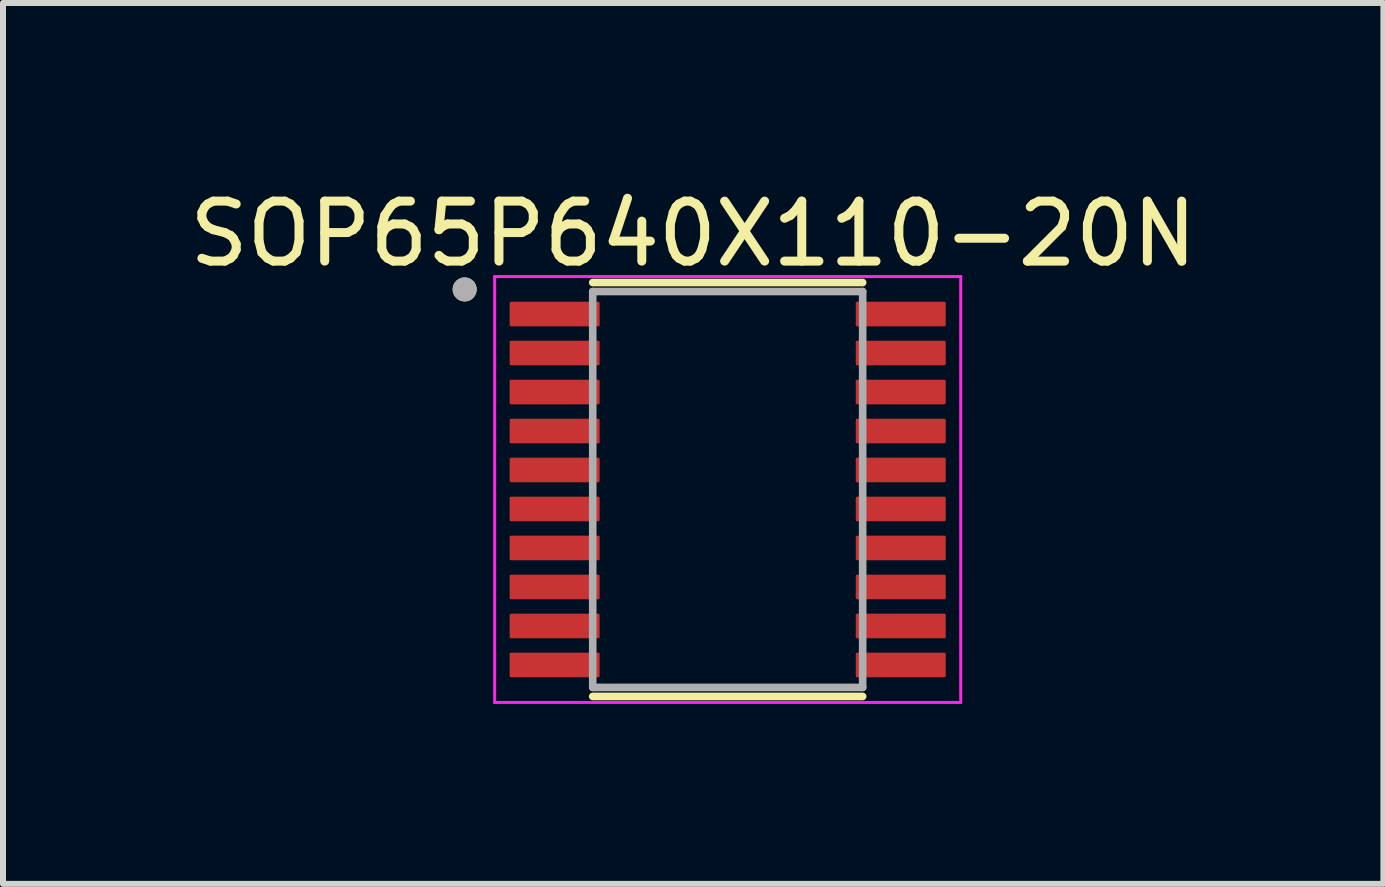
<source format=kicad_pcb>
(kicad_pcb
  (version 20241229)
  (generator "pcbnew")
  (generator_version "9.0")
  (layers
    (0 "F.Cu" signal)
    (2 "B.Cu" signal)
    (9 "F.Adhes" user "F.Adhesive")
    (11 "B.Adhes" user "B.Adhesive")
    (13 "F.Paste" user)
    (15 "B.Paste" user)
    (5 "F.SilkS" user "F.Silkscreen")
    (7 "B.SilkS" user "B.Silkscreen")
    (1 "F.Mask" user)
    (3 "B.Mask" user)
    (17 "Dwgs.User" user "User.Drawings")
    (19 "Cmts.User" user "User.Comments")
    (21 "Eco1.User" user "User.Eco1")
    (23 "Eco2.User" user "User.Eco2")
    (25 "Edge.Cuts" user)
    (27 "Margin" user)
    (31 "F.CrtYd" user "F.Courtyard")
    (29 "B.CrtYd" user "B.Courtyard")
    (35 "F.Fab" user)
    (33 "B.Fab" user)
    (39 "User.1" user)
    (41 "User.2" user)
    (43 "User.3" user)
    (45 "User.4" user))
  (footprint "SOP65P640X110-20N"
    (layer "F.Cu")
    (at 9.081 5.11)
    (property "Reference" "SOP65P640X110-20N" (at -0.575 -4.262 0) (layer "F.SilkS") (effects (font (size 1 1) (thickness 0.15))))
    (attr through_hole)
    (fp_line (start -2.25 -3.45) (end 2.25 -3.45) (stroke (width 0.127) (type solid)) (layer "F.SilkS"))
    (fp_line (start -2.25 3.45) (end 2.25 3.45) (stroke (width 0.127) (type solid)) (layer "F.SilkS"))
    (fp_circle (center -4.385 -3.335) (end -4.285 -3.335) (stroke (width 0.2) (type solid)) (fill no) (layer "F.SilkS"))
    (fp_line (start -3.885 -3.55) (end -3.885 3.55) (stroke (width 0.05) (type solid)) (layer "F.CrtYd"))
    (fp_line (start -3.885 -3.55) (end 3.885 -3.55) (stroke (width 0.05) (type solid)) (layer "F.CrtYd"))
    (fp_line (start -3.885 3.55) (end 3.885 3.55) (stroke (width 0.05) (type solid)) (layer "F.CrtYd"))
    (fp_line (start 3.885 -3.55) (end 3.885 3.55) (stroke (width 0.05) (type solid)) (layer "F.CrtYd"))
    (fp_line (start -2.25 -3.3) (end -2.25 3.3) (stroke (width 0.127) (type solid)) (layer "F.Fab"))
    (fp_line (start -2.25 -3.3) (end 2.25 -3.3) (stroke (width 0.127) (type solid)) (layer "F.Fab"))
    (fp_line (start -2.25 3.3) (end 2.25 3.3) (stroke (width 0.127) (type solid)) (layer "F.Fab"))
    (fp_line (start 2.25 -3.3) (end 2.25 3.3) (stroke (width 0.127) (type solid)) (layer "F.Fab"))
    (fp_circle (center -4.385 -3.335) (end -4.285 -3.335) (stroke (width 0.2) (type solid)) (fill no) (layer "F.Fab"))
    (pad "1" smd roundrect (at -2.885 -2.925) (size 1.5 0.41) (layers "F.Cu" "F.Mask" "F.Paste") (roundrect_rratio 0.05))
    (pad "2" smd roundrect (at -2.885 -2.275) (size 1.5 0.41) (layers "F.Cu" "F.Mask" "F.Paste") (roundrect_rratio 0.05))
    (pad "3" smd roundrect (at -2.885 -1.625) (size 1.5 0.41) (layers "F.Cu" "F.Mask" "F.Paste") (roundrect_rratio 0.05))
    (pad "4" smd roundrect (at -2.885 -0.975) (size 1.5 0.41) (layers "F.Cu" "F.Mask" "F.Paste") (roundrect_rratio 0.05))
    (pad "5" smd roundrect (at -2.885 -0.325) (size 1.5 0.41) (layers "F.Cu" "F.Mask" "F.Paste") (roundrect_rratio 0.05))
    (pad "6" smd roundrect (at -2.885 0.325) (size 1.5 0.41) (layers "F.Cu" "F.Mask" "F.Paste") (roundrect_rratio 0.05))
    (pad "7" smd roundrect (at -2.885 0.975) (size 1.5 0.41) (layers "F.Cu" "F.Mask" "F.Paste") (roundrect_rratio 0.05))
    (pad "8" smd roundrect (at -2.885 1.625) (size 1.5 0.41) (layers "F.Cu" "F.Mask" "F.Paste") (roundrect_rratio 0.05))
    (pad "9" smd roundrect (at -2.885 2.275) (size 1.5 0.41) (layers "F.Cu" "F.Mask" "F.Paste") (roundrect_rratio 0.05))
    (pad "10" smd roundrect (at -2.885 2.925) (size 1.5 0.41) (layers "F.Cu" "F.Mask" "F.Paste") (roundrect_rratio 0.05))
    (pad "11" smd roundrect (at 2.885 2.925) (size 1.5 0.41) (layers "F.Cu" "F.Mask" "F.Paste") (roundrect_rratio 0.05))
    (pad "12" smd roundrect (at 2.885 2.275) (size 1.5 0.41) (layers "F.Cu" "F.Mask" "F.Paste") (roundrect_rratio 0.05))
    (pad "13" smd roundrect (at 2.885 1.625) (size 1.5 0.41) (layers "F.Cu" "F.Mask" "F.Paste") (roundrect_rratio 0.05))
    (pad "14" smd roundrect (at 2.885 0.975) (size 1.5 0.41) (layers "F.Cu" "F.Mask" "F.Paste") (roundrect_rratio 0.05))
    (pad "15" smd roundrect (at 2.885 0.325) (size 1.5 0.41) (layers "F.Cu" "F.Mask" "F.Paste") (roundrect_rratio 0.05))
    (pad "16" smd roundrect (at 2.885 -0.325) (size 1.5 0.41) (layers "F.Cu" "F.Mask" "F.Paste") (roundrect_rratio 0.05))
    (pad "17" smd roundrect (at 2.885 -0.975) (size 1.5 0.41) (layers "F.Cu" "F.Mask" "F.Paste") (roundrect_rratio 0.05))
    (pad "18" smd roundrect (at 2.885 -1.625) (size 1.5 0.41) (layers "F.Cu" "F.Mask" "F.Paste") (roundrect_rratio 0.05))
    (pad "19" smd roundrect (at 2.885 -2.275) (size 1.5 0.41) (layers "F.Cu" "F.Mask" "F.Paste") (roundrect_rratio 0.05))
    (pad "20" smd roundrect (at 2.885 -2.925) (size 1.5 0.41) (layers "F.Cu" "F.Mask" "F.Paste") (roundrect_rratio 0.05)))
  (gr_rect
    (start -3 -3)
    (end 20.012 11.685)
    (stroke (width 0.1) (type default))
    (fill no)
    (layer "Edge.Cuts")))
</source>
